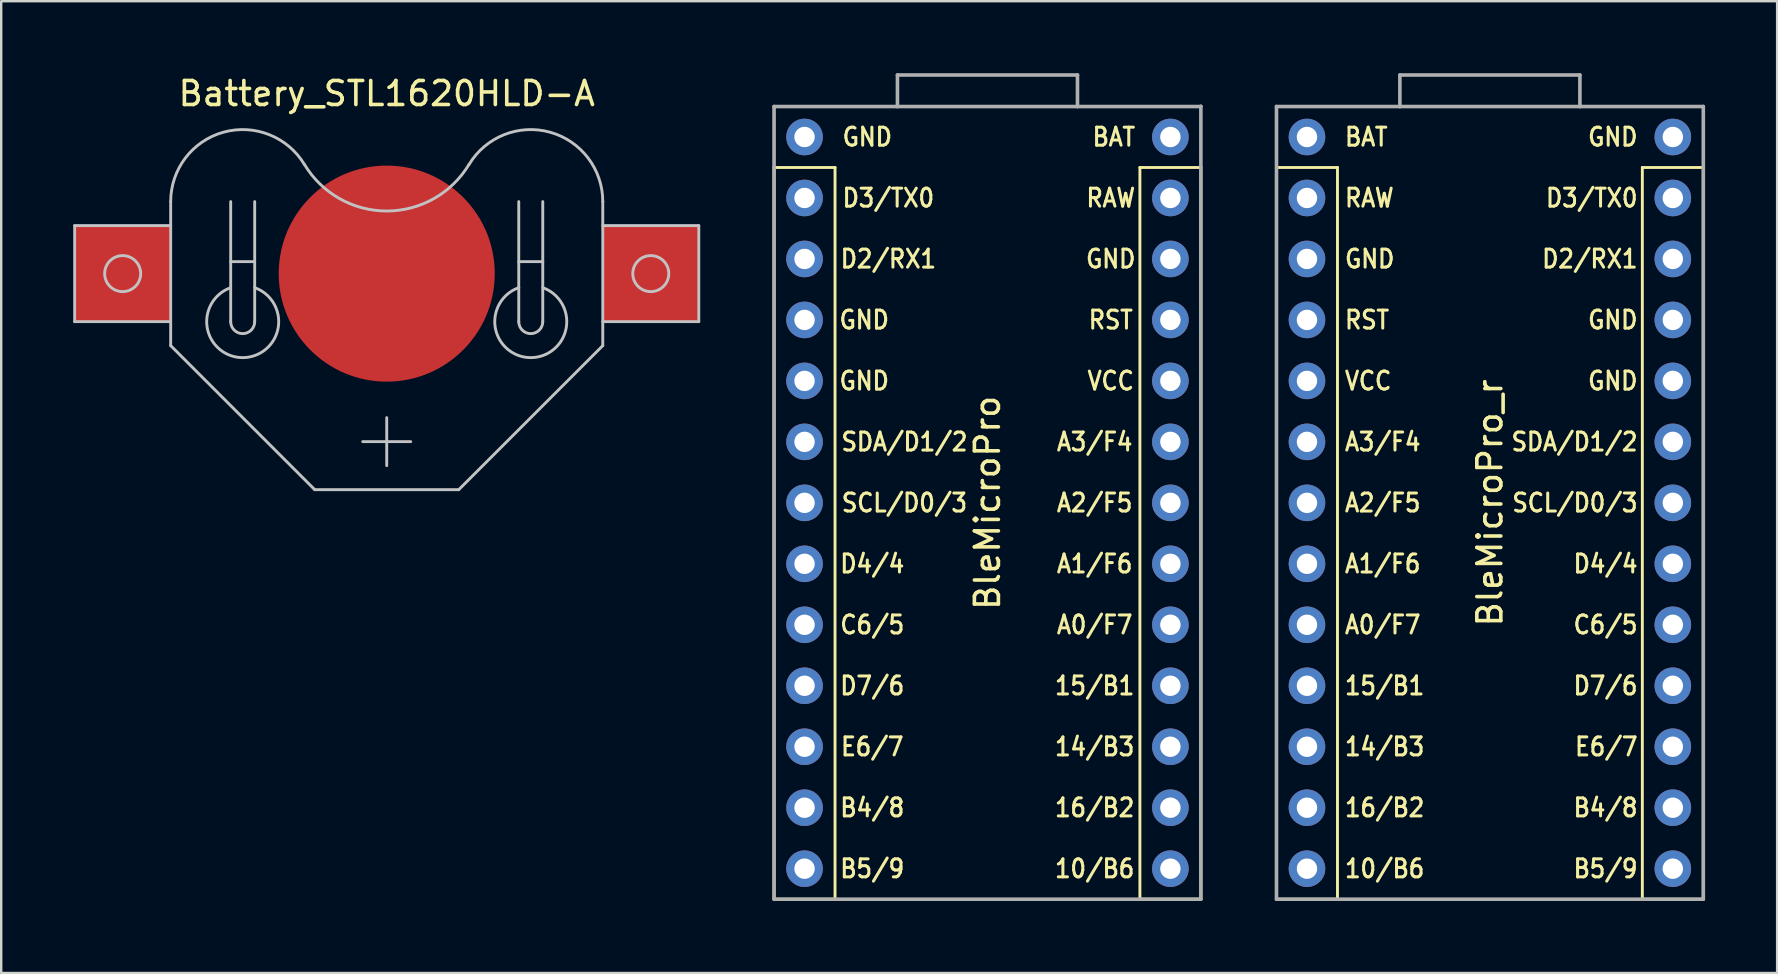
<source format=kicad_pcb>
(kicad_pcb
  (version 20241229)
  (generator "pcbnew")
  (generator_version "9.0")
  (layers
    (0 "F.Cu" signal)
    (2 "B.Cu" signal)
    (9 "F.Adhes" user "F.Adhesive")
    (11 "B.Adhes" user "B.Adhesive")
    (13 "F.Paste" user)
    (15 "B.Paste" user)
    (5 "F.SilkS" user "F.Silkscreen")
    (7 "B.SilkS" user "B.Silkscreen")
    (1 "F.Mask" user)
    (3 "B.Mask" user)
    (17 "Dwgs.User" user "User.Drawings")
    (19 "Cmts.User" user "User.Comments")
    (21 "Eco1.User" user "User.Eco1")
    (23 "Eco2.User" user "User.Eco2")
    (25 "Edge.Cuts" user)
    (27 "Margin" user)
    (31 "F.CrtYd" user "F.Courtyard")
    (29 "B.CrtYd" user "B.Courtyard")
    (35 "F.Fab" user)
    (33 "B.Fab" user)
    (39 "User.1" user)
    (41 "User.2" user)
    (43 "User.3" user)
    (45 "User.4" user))
  (footprint "BleMicroPro_r"
    (layer "F.Cu")
    (at 59.015 17.897)
    (property "Reference" "BleMicroPro_r" (at 0 0 270) (layer "F.SilkS") (effects (font (size 1 1) (thickness 0.15))))
    (attr through_hole)
    (fp_line (start -8.89 -13.97) (end -6.35 -13.97) (stroke (width 0.12) (type solid)) (layer "F.SilkS"))
    (fp_line (start -8.89 16.51) (end -8.89 -13.97) (stroke (width 0.12) (type solid)) (layer "F.SilkS"))
    (fp_line (start -6.35 -13.97) (end -6.35 16.51) (stroke (width 0.12) (type solid)) (layer "F.SilkS"))
    (fp_line (start -6.35 16.51) (end -8.89 16.51) (stroke (width 0.12) (type solid)) (layer "F.SilkS"))
    (fp_line (start 6.35 -13.97) (end 6.35 16.51) (stroke (width 0.12) (type solid)) (layer "F.SilkS"))
    (fp_line (start 6.35 16.51) (end 8.89 16.51) (stroke (width 0.12) (type solid)) (layer "F.SilkS"))
    (fp_line (start 8.89 -13.97) (end 6.35 -13.97) (stroke (width 0.12) (type solid)) (layer "F.SilkS"))
    (fp_line (start 8.89 16.51) (end 8.89 -13.97) (stroke (width 0.12) (type solid)) (layer "F.SilkS"))
    (fp_line (start -8.89 -16.51) (end -3.75 -16.51) (stroke (width 0.15) (type solid)) (layer "F.Fab"))
    (fp_line (start -8.89 16.51) (end -8.89 -16.51) (stroke (width 0.15) (type solid)) (layer "F.Fab"))
    (fp_line (start -3.75 -17.822) (end -3.75 -16.51) (stroke (width 0.15) (type solid)) (layer "F.Fab"))
    (fp_line (start -3.75 -17.822) (end 3.75 -17.822) (stroke (width 0.15) (type solid)) (layer "F.Fab"))
    (fp_line (start -3.75 -16.51) (end 3.75 -16.51) (stroke (width 0.15) (type solid)) (layer "F.Fab"))
    (fp_line (start 3.75 -17.822) (end 3.75 -16.51) (stroke (width 0.15) (type solid)) (layer "F.Fab"))
    (fp_line (start 3.76 -16.51) (end 8.89 -16.51) (stroke (width 0.15) (type solid)) (layer "F.Fab"))
    (fp_line (start 8.89 -16.51) (end 8.89 16.51) (stroke (width 0.15) (type solid)) (layer "F.Fab"))
    (fp_line (start 8.89 16.51) (end -8.89 16.51) (stroke (width 0.15) (type solid)) (layer "F.Fab"))
    (fp_text user "10/B6" (at -4.384 15.24 0) (layer "F.SilkS") (effects (font (size 0.75 0.67) (thickness 0.125))))
    (fp_text user "GND" (at 5.12 -7.62 0) (layer "F.SilkS") (effects (font (size 0.75 0.67) (thickness 0.125))))
    (fp_text user "B4/8" (at 4.817 12.7 0) (layer "F.SilkS") (effects (font (size 0.75 0.67) (thickness 0.125))))
    (fp_text user "15/B1" (at -4.384 7.62 0) (layer "F.SilkS") (effects (font (size 0.75 0.67) (thickness 0.125))))
    (fp_text user "GND" (at 5.12 -5.08 0) (layer "F.SilkS") (effects (font (size 0.75 0.67) (thickness 0.125))))
    (fp_text user "A3/F4" (at -4.464 -2.54 0) (layer "F.SilkS") (effects (font (size 0.75 0.67) (thickness 0.125))))
    (fp_text user "GND" (at -5.006 -10.16 0) (layer "F.SilkS") (effects (font (size 0.75 0.67) (thickness 0.125))))
    (fp_text user "A2/F5" (at -4.464 0 0) (layer "F.SilkS") (effects (font (size 0.75 0.67) (thickness 0.125))))
    (fp_text user "D3/TX0" (at 4.243 -12.7 0) (layer "F.SilkS") (effects (font (size 0.75 0.67) (thickness 0.125))))
    (fp_text user "D2/RX1" (at 4.163 -10.16 0) (layer "F.SilkS") (effects (font (size 0.75 0.67) (thickness 0.125))))
    (fp_text user "RST" (at -5.118 -7.62 0) (layer "F.SilkS") (effects (font (size 0.75 0.67) (thickness 0.125))))
    (fp_text user "VCC" (at -5.07 -5.08 0) (layer "F.SilkS") (effects (font (size 0.75 0.67) (thickness 0.125))))
    (fp_text user "C6/5" (at 4.817 5.08 0) (layer "F.SilkS") (effects (font (size 0.75 0.67) (thickness 0.125))))
    (fp_text user "SDA/D1/2" (at 3.525 -2.54 0) (layer "F.SilkS") (effects (font (size 0.75 0.67) (thickness 0.125))))
    (fp_text user "16/B2" (at -4.384 12.7 0) (layer "F.SilkS") (effects (font (size 0.75 0.67) (thickness 0.125))))
    (fp_text user "BAT" (at -5.15 -15.24 0) (layer "F.SilkS") (effects (font (size 0.75 0.67) (thickness 0.125))))
    (fp_text user "A1/F6" (at -4.464 2.54 0) (layer "F.SilkS") (effects (font (size 0.75 0.67) (thickness 0.125))))
    (fp_text user "D7/6" (at 4.817 7.62 0) (layer "F.SilkS") (effects (font (size 0.75 0.67) (thickness 0.125))))
    (fp_text user "GND" (at 5.12 -15.24 0) (layer "F.SilkS") (effects (font (size 0.75 0.67) (thickness 0.125))))
    (fp_text user "E6/7" (at 4.849 10.16 0) (layer "F.SilkS") (effects (font (size 0.75 0.67) (thickness 0.125))))
    (fp_text user "B5/9" (at 4.817 15.24 0) (layer "F.SilkS") (effects (font (size 0.75 0.67) (thickness 0.125))))
    (fp_text user "14/B3" (at -4.384 10.16 0) (layer "F.SilkS") (effects (font (size 0.75 0.67) (thickness 0.125))))
    (fp_text user "A0/F7" (at -4.464 5.08 0) (layer "F.SilkS") (effects (font (size 0.75 0.67) (thickness 0.125))))
    (fp_text user "RAW" (at -5.022 -12.7 0) (layer "F.SilkS") (effects (font (size 0.75 0.67) (thickness 0.125))))
    (fp_text user "SCL/D0/3" (at 3.541 0 0) (layer "F.SilkS") (effects (font (size 0.75 0.67) (thickness 0.125))))
    (fp_text user "D4/4" (at 4.817 2.54 0) (layer "F.SilkS") (effects (font (size 0.75 0.67) (thickness 0.125))))
    (pad "1" thru_hole circle (at 7.62 -15.24) (size 1.524 1.524) (drill 0.85) (layers "*.Cu" "*.Mask"))
    (pad "2" thru_hole circle (at 7.62 -12.7) (size 1.524 1.524) (drill 0.85) (layers "*.Cu" "*.Mask"))
    (pad "3" thru_hole circle (at 7.62 -10.16) (size 1.524 1.524) (drill 0.85) (layers "*.Cu" "*.Mask"))
    (pad "4" thru_hole circle (at 7.62 -7.62) (size 1.524 1.524) (drill 0.85) (layers "*.Cu" "*.Mask"))
    (pad "5" thru_hole circle (at 7.62 -5.08) (size 1.524 1.524) (drill 0.85) (layers "*.Cu" "*.Mask"))
    (pad "6" thru_hole circle (at 7.62 -2.54) (size 1.524 1.524) (drill 0.85) (layers "*.Cu" "*.Mask"))
    (pad "7" thru_hole circle (at 7.62 0) (size 1.524 1.524) (drill 0.85) (layers "*.Cu" "*.Mask"))
    (pad "8" thru_hole circle (at 7.62 2.54) (size 1.524 1.524) (drill 0.85) (layers "*.Cu" "*.Mask"))
    (pad "9" thru_hole circle (at 7.62 5.08) (size 1.524 1.524) (drill 0.85) (layers "*.Cu" "*.Mask"))
    (pad "10" thru_hole circle (at 7.62 7.62) (size 1.524 1.524) (drill 0.85) (layers "*.Cu" "*.Mask"))
    (pad "11" thru_hole circle (at 7.62 10.16) (size 1.524 1.524) (drill 0.85) (layers "*.Cu" "*.Mask"))
    (pad "12" thru_hole circle (at 7.62 12.7) (size 1.524 1.524) (drill 0.85) (layers "*.Cu" "*.Mask"))
    (pad "13" thru_hole circle (at 7.62 15.24) (size 1.524 1.524) (drill 0.85) (layers "*.Cu" "*.Mask"))
    (pad "14" thru_hole circle (at -7.62 15.24) (size 1.524 1.524) (drill 0.85) (layers "*.Cu" "*.Mask"))
    (pad "15" thru_hole circle (at -7.62 12.7) (size 1.524 1.524) (drill 0.85) (layers "*.Cu" "*.Mask"))
    (pad "16" thru_hole circle (at -7.62 10.16) (size 1.524 1.524) (drill 0.85) (layers "*.Cu" "*.Mask"))
    (pad "17" thru_hole circle (at -7.62 7.62) (size 1.524 1.524) (drill 0.85) (layers "*.Cu" "*.Mask"))
    (pad "18" thru_hole circle (at -7.62 5.08) (size 1.524 1.524) (drill 0.85) (layers "*.Cu" "*.Mask"))
    (pad "19" thru_hole circle (at -7.62 2.54) (size 1.524 1.524) (drill 0.85) (layers "*.Cu" "*.Mask"))
    (pad "20" thru_hole circle (at -7.62 0) (size 1.524 1.524) (drill 0.85) (layers "*.Cu" "*.Mask"))
    (pad "21" thru_hole circle (at -7.62 -2.54) (size 1.524 1.524) (drill 0.85) (layers "*.Cu" "*.Mask"))
    (pad "22" thru_hole circle (at -7.62 -5.08) (size 1.524 1.524) (drill 0.85) (layers "*.Cu" "*.Mask"))
    (pad "23" thru_hole circle (at -7.62 -7.62) (size 1.524 1.524) (drill 0.85) (layers "*.Cu" "*.Mask"))
    (pad "24" thru_hole circle (at -7.62 -10.16) (size 1.524 1.524) (drill 0.85) (layers "*.Cu" "*.Mask"))
    (pad "25" thru_hole circle (at -7.62 -12.7) (size 1.524 1.524) (drill 0.85) (layers "*.Cu" "*.Mask"))
    (pad "26" thru_hole circle (at -7.62 -15.24) (size 1.524 1.524) (drill 0.85) (layers "*.Cu" "*.Mask")))
  (footprint "BleMicroPro"
    (layer "F.Cu")
    (at 38.085 17.897)
    (property "Reference" "BleMicroPro" (at 0 0 270) (layer "F.SilkS") (effects (font (size 1 1) (thickness 0.15))))
    (attr through_hole)
    (fp_line (start -8.89 -13.97) (end -6.35 -13.97) (stroke (width 0.12) (type solid)) (layer "F.SilkS"))
    (fp_line (start -8.89 16.51) (end -8.89 -13.97) (stroke (width 0.12) (type solid)) (layer "F.SilkS"))
    (fp_line (start -6.35 -13.97) (end -6.35 16.51) (stroke (width 0.12) (type solid)) (layer "F.SilkS"))
    (fp_line (start -6.35 16.51) (end -8.89 16.51) (stroke (width 0.12) (type solid)) (layer "F.SilkS"))
    (fp_line (start 6.35 -13.97) (end 6.35 16.51) (stroke (width 0.12) (type solid)) (layer "F.SilkS"))
    (fp_line (start 6.35 16.51) (end 8.89 16.51) (stroke (width 0.12) (type solid)) (layer "F.SilkS"))
    (fp_line (start 8.89 -13.97) (end 6.35 -13.97) (stroke (width 0.12) (type solid)) (layer "F.SilkS"))
    (fp_line (start 8.89 16.51) (end 8.89 -13.97) (stroke (width 0.12) (type solid)) (layer "F.SilkS"))
    (fp_line (start -8.89 -16.51) (end -3.75 -16.51) (stroke (width 0.15) (type solid)) (layer "F.Fab"))
    (fp_line (start -8.89 16.51) (end -8.89 -16.51) (stroke (width 0.15) (type solid)) (layer "F.Fab"))
    (fp_line (start -3.75 -17.822) (end -3.75 -16.51) (stroke (width 0.15) (type solid)) (layer "F.Fab"))
    (fp_line (start -3.75 -17.822) (end 3.75 -17.822) (stroke (width 0.15) (type solid)) (layer "F.Fab"))
    (fp_line (start -3.75 -16.51) (end 3.75 -16.51) (stroke (width 0.15) (type solid)) (layer "F.Fab"))
    (fp_line (start 3.75 -17.822) (end 3.75 -16.51) (stroke (width 0.15) (type solid)) (layer "F.Fab"))
    (fp_line (start 3.75 -16.51) (end 8.89 -16.51) (stroke (width 0.15) (type solid)) (layer "F.Fab"))
    (fp_line (start 8.89 -16.522) (end 8.89 16.51) (stroke (width 0.15) (type solid)) (layer "F.Fab"))
    (fp_line (start 8.89 16.51) (end -8.89 16.51) (stroke (width 0.15) (type solid)) (layer "F.Fab"))
    (fp_text user "15/B1" (at 4.466 7.62 0) (layer "F.SilkS") (effects (font (size 0.75 0.67) (thickness 0.125))))
    (fp_text user "A0/F7" (at 4.466 5.08 0) (layer "F.SilkS") (effects (font (size 0.75 0.67) (thickness 0.125))))
    (fp_text user "D3/TX0" (at -4.129 -12.7 0) (layer "F.SilkS") (effects (font (size 0.75 0.67) (thickness 0.125))))
    (fp_text user "SDA/D1/2" (at -3.459 -2.54 0) (layer "F.SilkS") (effects (font (size 0.75 0.67) (thickness 0.125))))
    (fp_text user "RAW" (at 5.136 -12.7 0) (layer "F.SilkS") (effects (font (size 0.75 0.67) (thickness 0.125))))
    (fp_text user "A3/F4" (at 4.466 -2.54 0) (layer "F.SilkS") (effects (font (size 0.75 0.67) (thickness 0.125))))
    (fp_text user "A1/F6" (at 4.466 2.54 0) (layer "F.SilkS") (effects (font (size 0.75 0.67) (thickness 0.125))))
    (fp_text user "C6/5" (at -4.799 5.08 0) (layer "F.SilkS") (effects (font (size 0.75 0.67) (thickness 0.125))))
    (fp_text user "14/B3" (at 4.466 10.16 0) (layer "F.SilkS") (effects (font (size 0.75 0.67) (thickness 0.125))))
    (fp_text user "D4/4" (at -4.799 2.54 0) (layer "F.SilkS") (effects (font (size 0.75 0.67) (thickness 0.125))))
    (fp_text user "D7/6" (at -4.799 7.62 0) (layer "F.SilkS") (effects (font (size 0.75 0.67) (thickness 0.125))))
    (fp_text user "GND" (at -5.134 -7.62 0) (layer "F.SilkS") (effects (font (size 0.75 0.67) (thickness 0.125))))
    (fp_text user "A2/F5" (at 4.466 0 0) (layer "F.SilkS") (effects (font (size 0.75 0.67) (thickness 0.125))))
    (fp_text user "RST" (at 5.136 -7.62 0) (layer "F.SilkS") (effects (font (size 0.75 0.67) (thickness 0.125))))
    (fp_text user "10/B6" (at 4.466 15.24 0) (layer "F.SilkS") (effects (font (size 0.75 0.67) (thickness 0.125))))
    (fp_text user "VCC" (at 5.136 -5.08 0) (layer "F.SilkS") (effects (font (size 0.75 0.67) (thickness 0.125))))
    (fp_text user "GND" (at 5.136 -10.16 0) (layer "F.SilkS") (effects (font (size 0.75 0.67) (thickness 0.125))))
    (fp_text user "B5/9" (at -4.799 15.24 0) (layer "F.SilkS") (effects (font (size 0.75 0.67) (thickness 0.125))))
    (fp_text user "GND" (at -5.134 -5.08 0) (layer "F.SilkS") (effects (font (size 0.75 0.67) (thickness 0.125))))
    (fp_text user "16/B2" (at 4.466 12.7 0) (layer "F.SilkS") (effects (font (size 0.75 0.67) (thickness 0.125))))
    (fp_text user "E6/7" (at -4.799 10.16 0) (layer "F.SilkS") (effects (font (size 0.75 0.67) (thickness 0.125))))
    (fp_text user "B4/8" (at -4.799 12.7 0) (layer "F.SilkS") (effects (font (size 0.75 0.67) (thickness 0.125))))
    (fp_text user "BAT" (at 5.264 -15.24 0) (layer "F.SilkS") (effects (font (size 0.75 0.67) (thickness 0.125))))
    (fp_text user "SCL/D0/3" (at -3.459 0 0) (layer "F.SilkS") (effects (font (size 0.75 0.67) (thickness 0.125))))
    (fp_text user "D2/RX1" (at -4.129 -10.16 0) (layer "F.SilkS") (effects (font (size 0.75 0.67) (thickness 0.125))))
    (fp_text user "GND" (at -5.006 -15.24 0) (layer "F.SilkS") (effects (font (size 0.75 0.67) (thickness 0.125))))
    (pad "1" thru_hole circle (at -7.62 -15.24) (size 1.524 1.524) (drill 0.85) (layers "*.Cu" "*.Mask"))
    (pad "2" thru_hole circle (at -7.62 -12.7) (size 1.524 1.524) (drill 0.85) (layers "*.Cu" "*.Mask"))
    (pad "3" thru_hole circle (at -7.62 -10.16) (size 1.524 1.524) (drill 0.85) (layers "*.Cu" "*.Mask"))
    (pad "4" thru_hole circle (at -7.62 -7.62) (size 1.524 1.524) (drill 0.85) (layers "*.Cu" "*.Mask"))
    (pad "5" thru_hole circle (at -7.62 -5.08) (size 1.524 1.524) (drill 0.85) (layers "*.Cu" "*.Mask"))
    (pad "6" thru_hole circle (at -7.62 -2.54) (size 1.524 1.524) (drill 0.85) (layers "*.Cu" "*.Mask"))
    (pad "7" thru_hole circle (at -7.62 0) (size 1.524 1.524) (drill 0.85) (layers "*.Cu" "*.Mask"))
    (pad "8" thru_hole circle (at -7.62 2.54) (size 1.524 1.524) (drill 0.85) (layers "*.Cu" "*.Mask"))
    (pad "9" thru_hole circle (at -7.62 5.08) (size 1.524 1.524) (drill 0.85) (layers "*.Cu" "*.Mask"))
    (pad "10" thru_hole circle (at -7.62 7.62) (size 1.524 1.524) (drill 0.85) (layers "*.Cu" "*.Mask"))
    (pad "11" thru_hole circle (at -7.62 10.16) (size 1.524 1.524) (drill 0.85) (layers "*.Cu" "*.Mask"))
    (pad "12" thru_hole circle (at -7.62 12.7) (size 1.524 1.524) (drill 0.85) (layers "*.Cu" "*.Mask"))
    (pad "13" thru_hole circle (at -7.62 15.24) (size 1.524 1.524) (drill 0.85) (layers "*.Cu" "*.Mask"))
    (pad "14" thru_hole circle (at 7.62 15.24) (size 1.524 1.524) (drill 0.85) (layers "*.Cu" "*.Mask"))
    (pad "15" thru_hole circle (at 7.62 12.7) (size 1.524 1.524) (drill 0.85) (layers "*.Cu" "*.Mask"))
    (pad "16" thru_hole circle (at 7.62 10.16) (size 1.524 1.524) (drill 0.85) (layers "*.Cu" "*.Mask"))
    (pad "17" thru_hole circle (at 7.62 7.62) (size 1.524 1.524) (drill 0.85) (layers "*.Cu" "*.Mask"))
    (pad "18" thru_hole circle (at 7.62 5.08) (size 1.524 1.524) (drill 0.85) (layers "*.Cu" "*.Mask"))
    (pad "19" thru_hole circle (at 7.62 2.54) (size 1.524 1.524) (drill 0.85) (layers "*.Cu" "*.Mask"))
    (pad "20" thru_hole circle (at 7.62 0) (size 1.524 1.524) (drill 0.85) (layers "*.Cu" "*.Mask"))
    (pad "21" thru_hole circle (at 7.62 -2.54) (size 1.524 1.524) (drill 0.85) (layers "*.Cu" "*.Mask"))
    (pad "22" thru_hole circle (at 7.62 -5.08) (size 1.524 1.524) (drill 0.85) (layers "*.Cu" "*.Mask"))
    (pad "23" thru_hole circle (at 7.62 -7.62) (size 1.524 1.524) (drill 0.85) (layers "*.Cu" "*.Mask"))
    (pad "24" thru_hole circle (at 7.62 -10.16) (size 1.524 1.524) (drill 0.85) (layers "*.Cu" "*.Mask"))
    (pad "25" thru_hole circle (at 7.62 -12.7) (size 1.524 1.524) (drill 0.85) (layers "*.Cu" "*.Mask"))
    (pad "26" thru_hole circle (at 7.62 -15.24) (size 1.524 1.524) (drill 0.85) (layers "*.Cu" "*.Mask")))
  (footprint "Battery_STL1620HLD-A"
    (layer "F.Cu")
    (at 13.06 8.348)
    (property "Reference" "Battery_STL1620HLD-A" (at 0 -7.5 180) (layer "F.SilkS") (effects (font (size 1 1) (thickness 0.15))))
    (attr smd)
    (fp_line (start -13 -2) (end -13 2) (stroke (width 0.12) (type solid)) (layer "Dwgs.User"))
    (fp_line (start -13 2) (end -9 2) (stroke (width 0.12) (type solid)) (layer "Dwgs.User"))
    (fp_line (start -9 -3) (end -9 3) (stroke (width 0.12) (type solid)) (layer "Dwgs.User"))
    (fp_line (start -9 -2) (end -13 -2) (stroke (width 0.12) (type solid)) (layer "Dwgs.User"))
    (fp_line (start -9 3) (end -3 9) (stroke (width 0.12) (type solid)) (layer "Dwgs.User"))
    (fp_line (start -6.5 -3) (end -6.5 2) (stroke (width 0.12) (type solid)) (layer "Dwgs.User"))
    (fp_line (start -6.5 -0.5) (end -5.5 -0.5) (stroke (width 0.12) (type solid)) (layer "Dwgs.User"))
    (fp_line (start -5.5 -3) (end -5.5 2) (stroke (width 0.12) (type solid)) (layer "Dwgs.User"))
    (fp_line (start -3 9) (end 3 9) (stroke (width 0.12) (type solid)) (layer "Dwgs.User"))
    (fp_line (start -1 7) (end 1 7) (stroke (width 0.12) (type solid)) (layer "Dwgs.User"))
    (fp_line (start 0 6) (end 0 8) (stroke (width 0.12) (type solid)) (layer "Dwgs.User"))
    (fp_line (start 5.5 -3) (end 5.5 2) (stroke (width 0.12) (type solid)) (layer "Dwgs.User"))
    (fp_line (start 6.5 -3) (end 6.5 2) (stroke (width 0.12) (type solid)) (layer "Dwgs.User"))
    (fp_line (start 6.5 -0.5) (end 5.5 -0.5) (stroke (width 0.12) (type solid)) (layer "Dwgs.User"))
    (fp_line (start 9 -3) (end 9 3) (stroke (width 0.12) (type solid)) (layer "Dwgs.User"))
    (fp_line (start 9 -2) (end 13 -2) (stroke (width 0.12) (type solid)) (layer "Dwgs.User"))
    (fp_line (start 9 3) (end 3 9) (stroke (width 0.12) (type solid)) (layer "Dwgs.User"))
    (fp_line (start 13 -2) (end 13 2) (stroke (width 0.12) (type solid)) (layer "Dwgs.User"))
    (fp_line (start 13 2) (end 9 2) (stroke (width 0.12) (type solid)) (layer "Dwgs.User"))
    (fp_arc (start -9 -3) (mid -6.801715 -5.890891) (end -3.428498 -4.545114) (stroke (width 0.12) (type solid)) (layer "Dwgs.User"))
    (fp_arc (start -5.501056 0.585427) (mid -5.99944 3.499987) (end -6.5 0.5858) (stroke (width 0.12) (type solid)) (layer "Dwgs.User"))
    (fp_arc (start -5.5 2) (mid -6 2.5) (end -6.5 2) (stroke (width 0.12) (type solid)) (layer "Dwgs.User"))
    (fp_arc (start 3.424882 -4.543512) (mid -0.00361 -2.607849) (end -3.4286 -4.5497) (stroke (width 0.12) (type solid)) (layer "Dwgs.User"))
    (fp_arc (start 3.428498 -4.545114) (mid 6.801715 -5.890891) (end 9 -3) (stroke (width 0.12) (type solid)) (layer "Dwgs.User"))
    (fp_arc (start 6.5 0.5858) (mid 5.99944 3.499987) (end 5.501056 0.585427) (stroke (width 0.12) (type solid)) (layer "Dwgs.User"))
    (fp_arc (start 6.5 2) (mid 6 2.5) (end 5.5 2) (stroke (width 0.12) (type solid)) (layer "Dwgs.User"))
    (fp_circle (center -11 0) (end -10.25 0) (stroke (width 0.12) (type solid)) (fill no) (layer "Dwgs.User"))
    (fp_circle (center 11 0) (end 11.75 0) (stroke (width 0.12) (type solid)) (fill no) (layer "Dwgs.User"))
    (fp_circle (center 0 0) (end 8 0) (stroke (width 0.12) (type solid)) (fill no) (layer "Eco1.User"))
    (pad "1" smd rect (at -11 0) (size 4 4) (layers "F.Cu" "F.Mask" "F.Paste"))
    (pad "1" smd rect (at 11 0) (size 4 4) (layers "F.Cu" "F.Mask" "F.Paste"))
    (pad "2" smd circle (at 0 0) (size 9 9) (layers "F.Cu" "F.Mask" "F.Paste")))
  (gr_rect
    (start -3 -3)
    (end 70.98 37.482)
    (stroke (width 0.1) (type default))
    (fill no)
    (layer "Edge.Cuts")))
</source>
